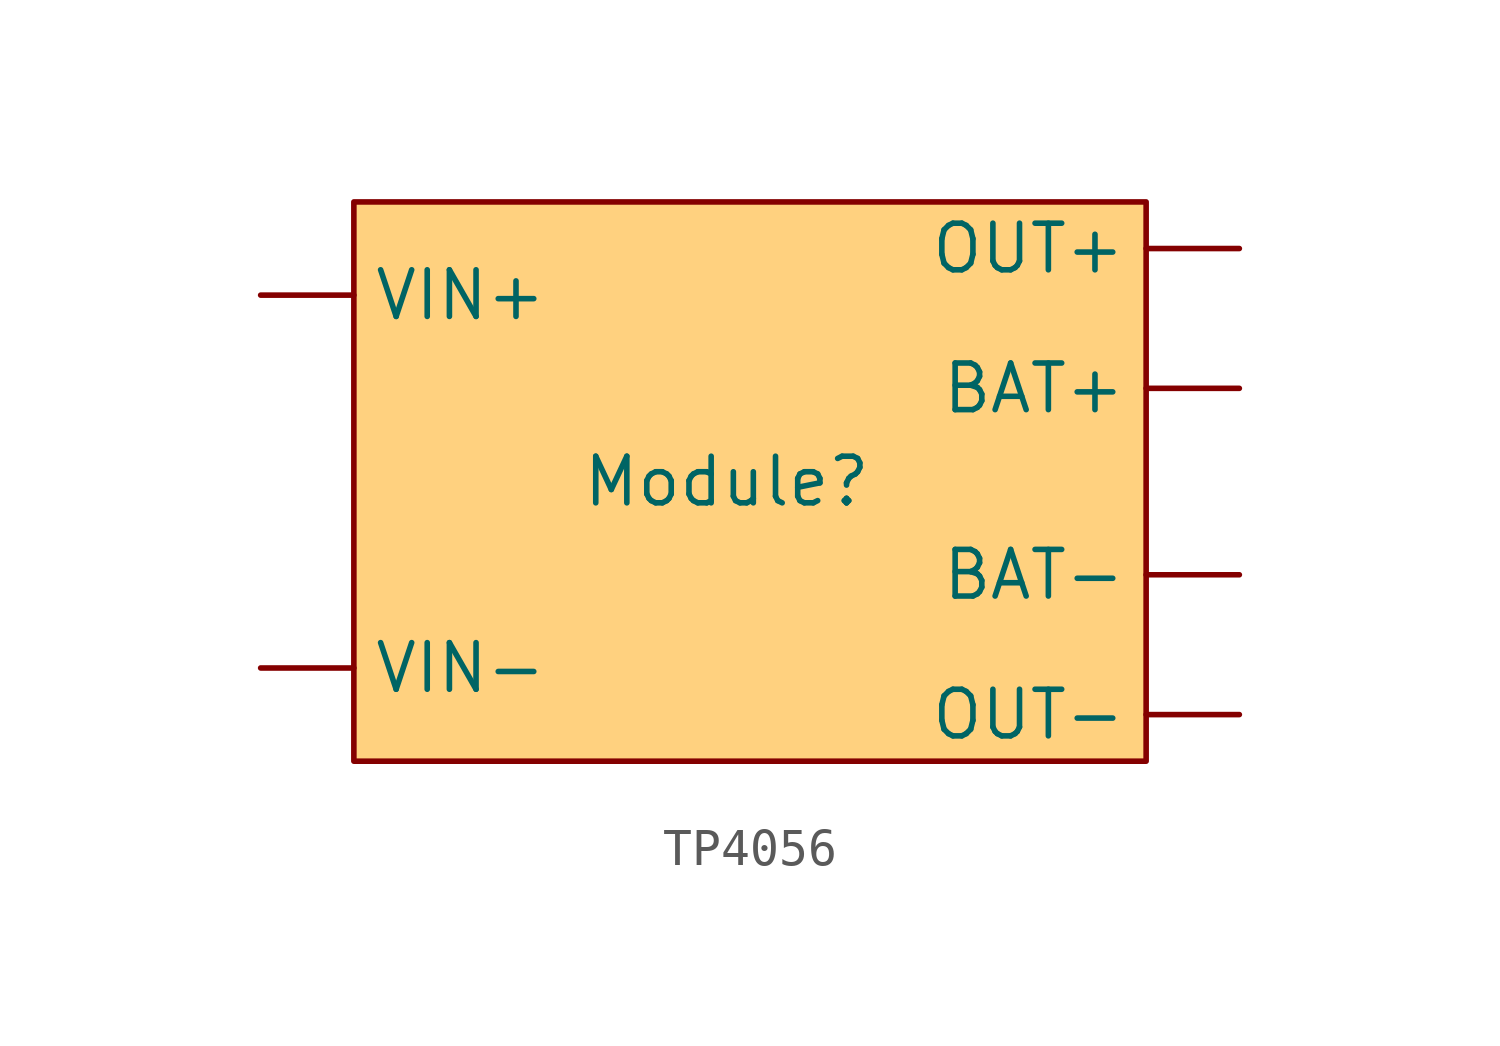
<source format=kicad_sym>
(kicad_symbol_lib
  (version 20241209)
  (generator "kicad_symbol_editor")
  (generator_version "9.0")
  (symbol "TP4056"
    (property "Reference" "Module"
      (at 0 0 0)
      (effects (font (size 1.27 1.27))))
    (property "Value" ""
      (at 0 0 0)
      (effects (font (size 1.27 1.27))))
    (symbol "TP4056_1_1"
      (rectangle (start -10.16 7.62) (end 11.43 -7.62) (stroke (width 0) (type solid)) (fill (type color) (color 255 165 0 0.5)))
      (pin input line (at -12.7 5.08 0) (length 2.54) (name "VIN+" (effects (font (size 1.27 1.27)))) (number "" (effects (font (size 1.27 1.27)))))
      (pin input line (at -12.7 -5.08 0) (length 2.54) (name "VIN-" (effects (font (size 1.27 1.27)))) (number "" (effects (font (size 1.27 1.27)))))
      (pin output line (at 13.97 6.35 180) (length 2.54) (name "OUT+" (effects (font (size 1.27 1.27)))) (number "" (effects (font (size 1.27 1.27)))))
      (pin input line (at 13.97 2.54 180) (length 2.54) (name "BAT+" (effects (font (size 1.27 1.27)))) (number "" (effects (font (size 1.27 1.27)))))
      (pin input line (at 13.97 -2.54 180) (length 2.54) (name "BAT-" (effects (font (size 1.27 1.27)))) (number "" (effects (font (size 1.27 1.27)))))
      (pin output line (at 13.97 -6.35 180) (length 2.54) (name "OUT-" (effects (font (size 1.27 1.27)))) (number "" (effects (font (size 1.27 1.27))))))))
</source>
